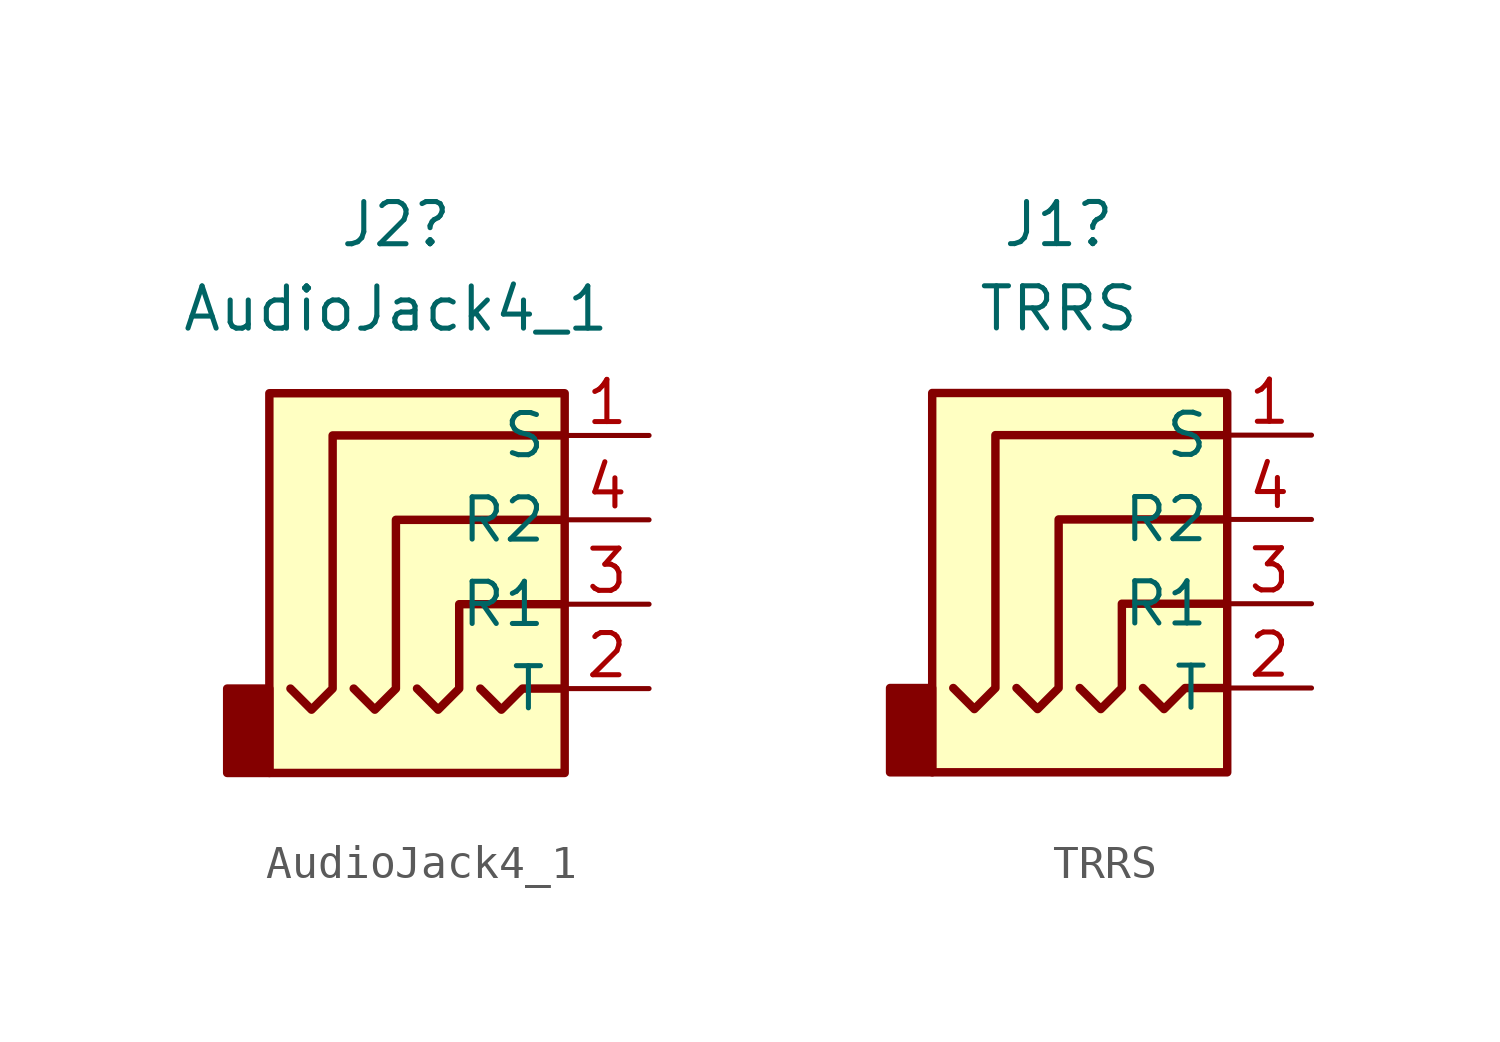
<source format=kicad_sym>
(kicad_symbol_lib
  (version 20211014)
  (generator kicad_symbol_editor)
  (symbol "AudioJack4_1"
    (property "Reference" "J2"
      (at -2.54 8.89 0)
      (effects (font (size 1.27 1.27))))
    (property "Value" "AudioJack4_1"
      (at -2.54 6.35 0)
      (effects (font (size 1.27 1.27))))
    (symbol "AudioJack4_1_0_1"
      (rectangle (start -6.35 -5.08) (end -7.62 -7.62) (stroke (width 0.254) (type default) (color 0 0 0 0)) (fill (type outline)))
      (polyline (pts (xy 0 -5.08) (xy 0.635 -5.715) (xy 1.27 -5.08) (xy 2.54 -5.08)) (stroke (width 0.254) (type default) (color 0 0 0 0)) (fill (type none)))
      (polyline (pts (xy -5.715 -5.08) (xy -5.08 -5.715) (xy -4.445 -5.08) (xy -4.445 2.54) (xy 2.54 2.54)) (stroke (width 0.254) (type default) (color 0 0 0 0)) (fill (type none)))
      (polyline (pts (xy -1.905 -5.08) (xy -1.27 -5.715) (xy -0.635 -5.08) (xy -0.635 -2.54) (xy 2.54 -2.54)) (stroke (width 0.254) (type default) (color 0 0 0 0)) (fill (type none)))
      (polyline (pts (xy 2.54 0) (xy -2.54 0) (xy -2.54 -5.08) (xy -3.175 -5.715) (xy -3.81 -5.08)) (stroke (width 0.254) (type default) (color 0 0 0 0)) (fill (type none)))
      (rectangle (start 2.54 3.81) (end -6.35 -7.62) (stroke (width 0.254) (type default) (color 0 0 0 0)) (fill (type background))))
    (symbol "AudioJack4_1_1_1"
      (pin passive line (at 5.08 2.54 180) (length 2.54) (name "S" (effects (font (size 1.27 1.27)))) (number "1" (effects (font (size 1.27 1.27)))))
      (pin passive line (at 5.08 -5.08 180) (length 2.54) (name "T" (effects (font (size 1.27 1.27)))) (number "2" (effects (font (size 1.27 1.27)))))
      (pin passive line (at 5.08 -2.54 180) (length 2.54) (name "R1" (effects (font (size 1.27 1.27)))) (number "3" (effects (font (size 1.27 1.27)))))
      (pin passive line (at 5.08 0 180) (length 2.54) (name "R2" (effects (font (size 1.27 1.27)))) (number "4" (effects (font (size 1.27 1.27)))))))
  (symbol "TRRS"
    (property "Reference" "J1"
      (at -2.54 8.89 0)
      (effects (font (size 1.27 1.27))))
    (property "Value" "TRRS"
      (at -2.54 6.35 0)
      (effects (font (size 1.27 1.27))))
    (symbol "TRRS_0_1"
      (rectangle (start -6.35 -5.08) (end -7.62 -7.62) (stroke (width 0.254) (type default) (color 0 0 0 0)) (fill (type outline)))
      (polyline (pts (xy 0 -5.08) (xy 0.635 -5.715) (xy 1.27 -5.08) (xy 2.54 -5.08)) (stroke (width 0.254) (type default) (color 0 0 0 0)) (fill (type none)))
      (polyline (pts (xy -5.715 -5.08) (xy -5.08 -5.715) (xy -4.445 -5.08) (xy -4.445 2.54) (xy 2.54 2.54)) (stroke (width 0.254) (type default) (color 0 0 0 0)) (fill (type none)))
      (polyline (pts (xy -1.905 -5.08) (xy -1.27 -5.715) (xy -0.635 -5.08) (xy -0.635 -2.54) (xy 2.54 -2.54)) (stroke (width 0.254) (type default) (color 0 0 0 0)) (fill (type none)))
      (polyline (pts (xy 2.54 0) (xy -2.54 0) (xy -2.54 -5.08) (xy -3.175 -5.715) (xy -3.81 -5.08)) (stroke (width 0.254) (type default) (color 0 0 0 0)) (fill (type none)))
      (rectangle (start 2.54 3.81) (end -6.35 -7.62) (stroke (width 0.254) (type default) (color 0 0 0 0)) (fill (type background))))
    (symbol "TRRS_1_1"
      (pin passive line (at 5.08 2.54 180) (length 2.54) (name "S" (effects (font (size 1.27 1.27)))) (number "1" (effects (font (size 1.27 1.27)))))
      (pin passive line (at 5.08 -5.08 180) (length 2.54) (name "T" (effects (font (size 1.27 1.27)))) (number "2" (effects (font (size 1.27 1.27)))))
      (pin passive line (at 5.08 -2.54 180) (length 2.54) (name "R1" (effects (font (size 1.27 1.27)))) (number "3" (effects (font (size 1.27 1.27)))))
      (pin passive line (at 5.08 0 180) (length 2.54) (name "R2" (effects (font (size 1.27 1.27)))) (number "4" (effects (font (size 1.27 1.27))))))))
</source>
